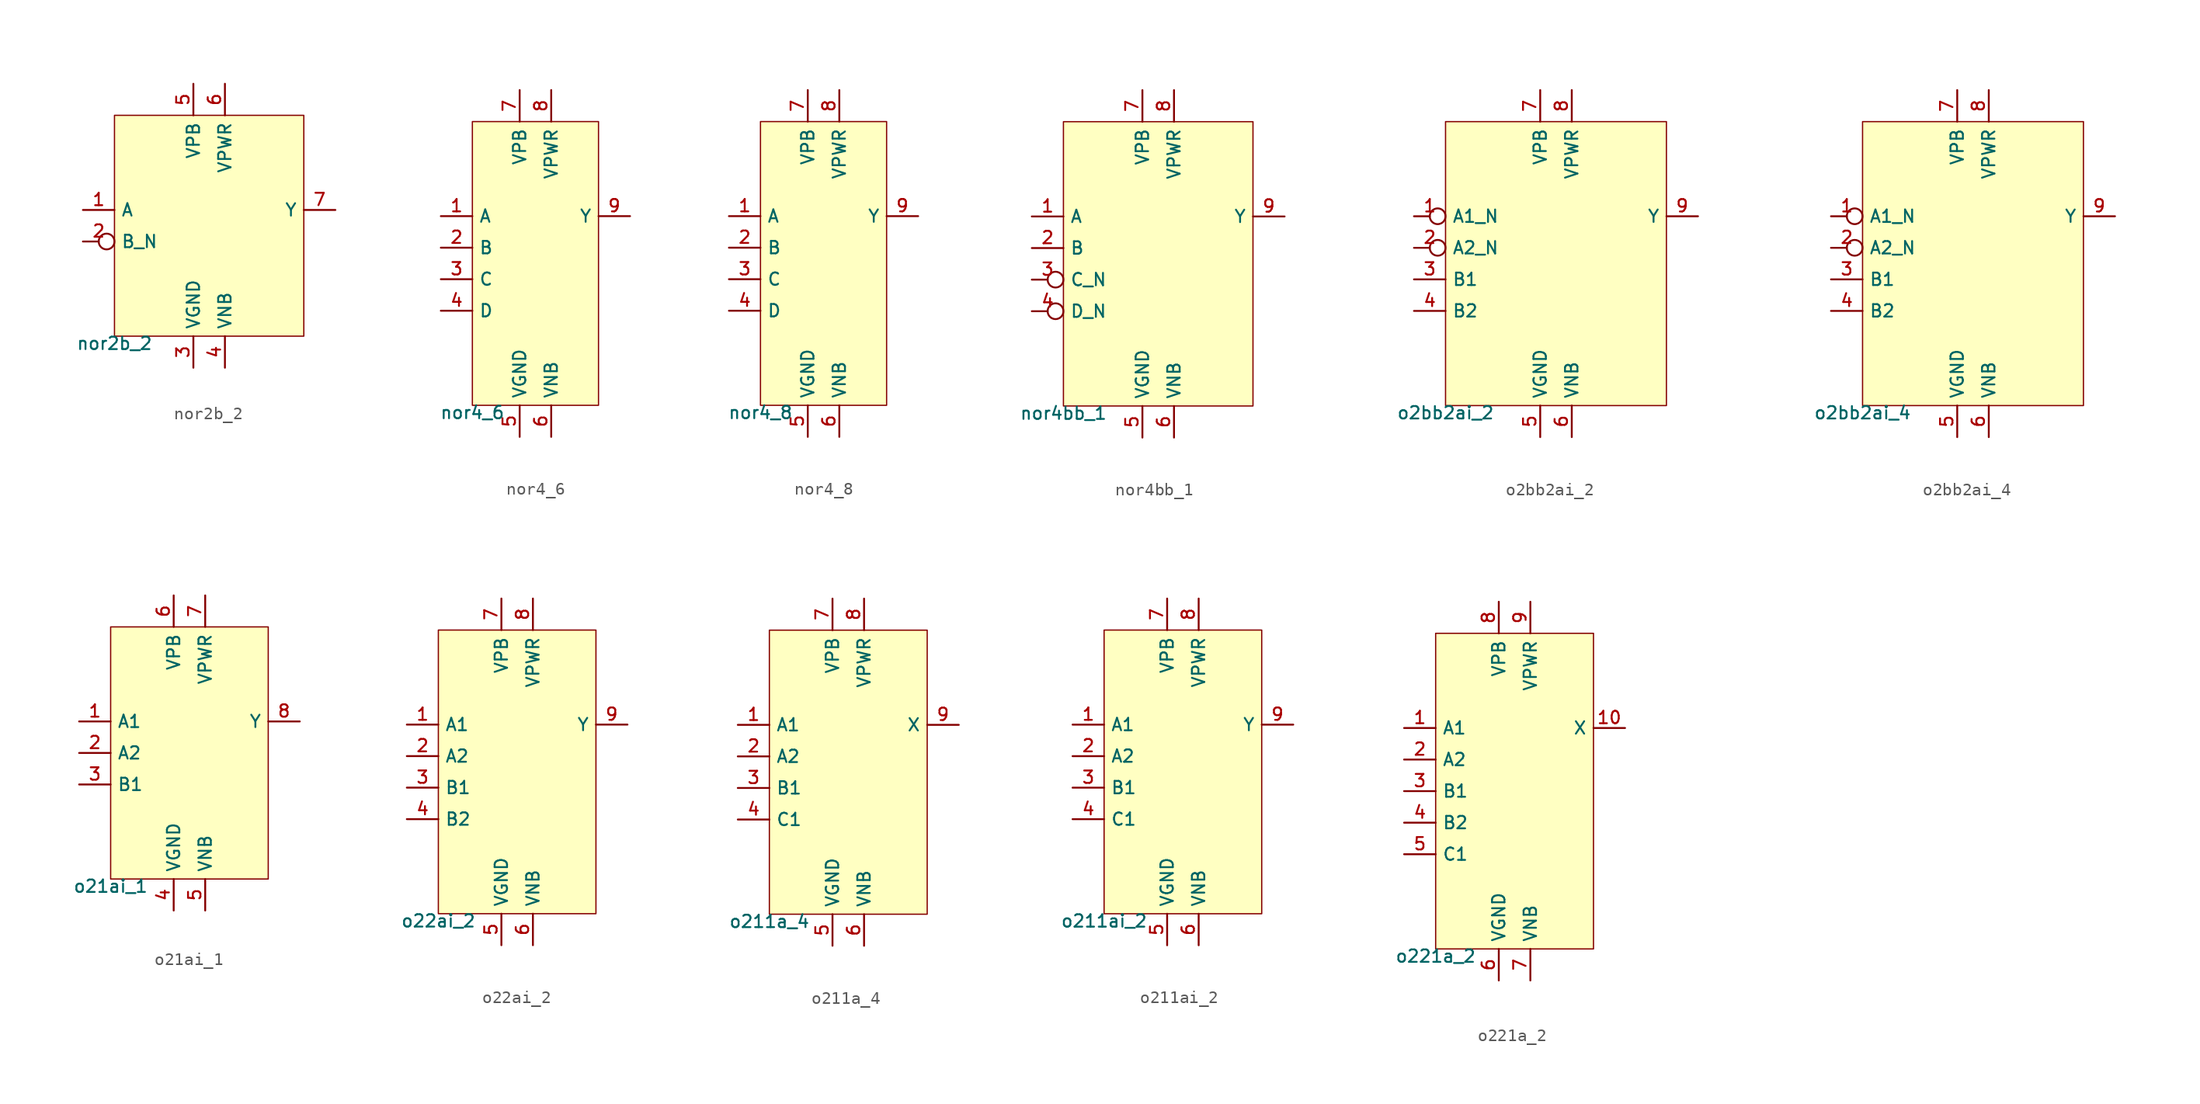
<source format=kicad_sym>
(kicad_symbol_lib
  (version 20211014)
  (generator pdk2kicad)
  (symbol "nor2b_2"
    (property "Reference" "X"
      (at 0 0 0)
      (effects (font (size 1 1)) hide))
    (property "Value" "nor2b_2"
      (at -7.62 -8.89 0)
      (effects (font (size 1 1)) (justify top)))
    (rectangle
      (start -7.62 -8.89)
      (end 7.62 8.89)
      (stroke (width 0.1) (type solid) (color 0 0 0 0))
      (fill (type background)))
    (pin input line
      (at -10.16 1.27 0)
      (length 2.54)
      (name "A" (effects (font (size 1 1)) hide))
      (number "1" (effects (font (size 1 1)) hide)))
    (pin input inverted
      (at -10.16 -1.27 0)
      (length 2.54)
      (name "B_N" (effects (font (size 1 1)) hide))
      (number "2" (effects (font (size 1 1)) hide)))
    (pin power_in line
      (at -1.27 -11.43 90)
      (length 2.54)
      (name "VGND" (effects (font (size 1 1)) hide))
      (number "3" (effects (font (size 1 1)) hide)))
    (pin power_in line
      (at 1.27 -11.43 90)
      (length 2.54)
      (name "VNB" (effects (font (size 1 1)) hide))
      (number "4" (effects (font (size 1 1)) hide)))
    (pin power_in line
      (at -1.27 11.43 270)
      (length 2.54)
      (name "VPB" (effects (font (size 1 1)) hide))
      (number "5" (effects (font (size 1 1)) hide)))
    (pin power_in line
      (at 1.27 11.43 270)
      (length 2.54)
      (name "VPWR" (effects (font (size 1 1)) hide))
      (number "6" (effects (font (size 1 1)) hide)))
    (pin output line
      (at 10.16 1.27 180)
      (length 2.54)
      (name "Y" (effects (font (size 1 1)) hide))
      (number "7" (effects (font (size 1 1)) hide))))
  (symbol "nor4_6"
    (property "Reference" "X"
      (at 0 0 0)
      (effects (font (size 1 1)) hide))
    (property "Value" "nor4_6"
      (at -5.08 -11.43 0)
      (effects (font (size 1 1)) (justify top)))
    (rectangle
      (start -5.08 -11.43)
      (end 5.08 11.43)
      (stroke (width 0.1) (type solid) (color 0 0 0 0))
      (fill (type background)))
    (pin input line
      (at -7.62 3.81 0)
      (length 2.54)
      (name "A" (effects (font (size 1 1)) hide))
      (number "1" (effects (font (size 1 1)) hide)))
    (pin input line
      (at -7.62 1.27 0)
      (length 2.54)
      (name "B" (effects (font (size 1 1)) hide))
      (number "2" (effects (font (size 1 1)) hide)))
    (pin input line
      (at -7.62 -1.27 0)
      (length 2.54)
      (name "C" (effects (font (size 1 1)) hide))
      (number "3" (effects (font (size 1 1)) hide)))
    (pin input line
      (at -7.62 -3.81 0)
      (length 2.54)
      (name "D" (effects (font (size 1 1)) hide))
      (number "4" (effects (font (size 1 1)) hide)))
    (pin power_in line
      (at -1.27 -13.97 90)
      (length 2.54)
      (name "VGND" (effects (font (size 1 1)) hide))
      (number "5" (effects (font (size 1 1)) hide)))
    (pin power_in line
      (at 1.27 -13.97 90)
      (length 2.54)
      (name "VNB" (effects (font (size 1 1)) hide))
      (number "6" (effects (font (size 1 1)) hide)))
    (pin power_in line
      (at -1.27 13.97 270)
      (length 2.54)
      (name "VPB" (effects (font (size 1 1)) hide))
      (number "7" (effects (font (size 1 1)) hide)))
    (pin power_in line
      (at 1.27 13.97 270)
      (length 2.54)
      (name "VPWR" (effects (font (size 1 1)) hide))
      (number "8" (effects (font (size 1 1)) hide)))
    (pin output line
      (at 7.62 3.81 180)
      (length 2.54)
      (name "Y" (effects (font (size 1 1)) hide))
      (number "9" (effects (font (size 1 1)) hide))))
  (symbol "nor4_8"
    (property "Reference" "X"
      (at 0 0 0)
      (effects (font (size 1 1)) hide))
    (property "Value" "nor4_8"
      (at -5.08 -11.43 0)
      (effects (font (size 1 1)) (justify top)))
    (rectangle
      (start -5.08 -11.43)
      (end 5.08 11.43)
      (stroke (width 0.1) (type solid) (color 0 0 0 0))
      (fill (type background)))
    (pin input line
      (at -7.62 3.81 0)
      (length 2.54)
      (name "A" (effects (font (size 1 1)) hide))
      (number "1" (effects (font (size 1 1)) hide)))
    (pin input line
      (at -7.62 1.27 0)
      (length 2.54)
      (name "B" (effects (font (size 1 1)) hide))
      (number "2" (effects (font (size 1 1)) hide)))
    (pin input line
      (at -7.62 -1.27 0)
      (length 2.54)
      (name "C" (effects (font (size 1 1)) hide))
      (number "3" (effects (font (size 1 1)) hide)))
    (pin input line
      (at -7.62 -3.81 0)
      (length 2.54)
      (name "D" (effects (font (size 1 1)) hide))
      (number "4" (effects (font (size 1 1)) hide)))
    (pin power_in line
      (at -1.27 -13.97 90)
      (length 2.54)
      (name "VGND" (effects (font (size 1 1)) hide))
      (number "5" (effects (font (size 1 1)) hide)))
    (pin power_in line
      (at 1.27 -13.97 90)
      (length 2.54)
      (name "VNB" (effects (font (size 1 1)) hide))
      (number "6" (effects (font (size 1 1)) hide)))
    (pin power_in line
      (at -1.27 13.97 270)
      (length 2.54)
      (name "VPB" (effects (font (size 1 1)) hide))
      (number "7" (effects (font (size 1 1)) hide)))
    (pin power_in line
      (at 1.27 13.97 270)
      (length 2.54)
      (name "VPWR" (effects (font (size 1 1)) hide))
      (number "8" (effects (font (size 1 1)) hide)))
    (pin output line
      (at 7.62 3.81 180)
      (length 2.54)
      (name "Y" (effects (font (size 1 1)) hide))
      (number "9" (effects (font (size 1 1)) hide))))
  (symbol "nor4bb_1"
    (property "Reference" "X"
      (at 0 0 0)
      (effects (font (size 1 1)) hide))
    (property "Value" "nor4bb_1"
      (at -7.62 -11.43 0)
      (effects (font (size 1 1)) (justify top)))
    (rectangle
      (start -7.62 -11.43)
      (end 7.62 11.43)
      (stroke (width 0.1) (type solid) (color 0 0 0 0))
      (fill (type background)))
    (pin input line
      (at -10.16 3.81 0)
      (length 2.54)
      (name "A" (effects (font (size 1 1)) hide))
      (number "1" (effects (font (size 1 1)) hide)))
    (pin input line
      (at -10.16 1.27 0)
      (length 2.54)
      (name "B" (effects (font (size 1 1)) hide))
      (number "2" (effects (font (size 1 1)) hide)))
    (pin input inverted
      (at -10.16 -1.27 0)
      (length 2.54)
      (name "C_N" (effects (font (size 1 1)) hide))
      (number "3" (effects (font (size 1 1)) hide)))
    (pin input inverted
      (at -10.16 -3.81 0)
      (length 2.54)
      (name "D_N" (effects (font (size 1 1)) hide))
      (number "4" (effects (font (size 1 1)) hide)))
    (pin power_in line
      (at -1.27 -13.97 90)
      (length 2.54)
      (name "VGND" (effects (font (size 1 1)) hide))
      (number "5" (effects (font (size 1 1)) hide)))
    (pin power_in line
      (at 1.27 -13.97 90)
      (length 2.54)
      (name "VNB" (effects (font (size 1 1)) hide))
      (number "6" (effects (font (size 1 1)) hide)))
    (pin power_in line
      (at -1.27 13.97 270)
      (length 2.54)
      (name "VPB" (effects (font (size 1 1)) hide))
      (number "7" (effects (font (size 1 1)) hide)))
    (pin power_in line
      (at 1.27 13.97 270)
      (length 2.54)
      (name "VPWR" (effects (font (size 1 1)) hide))
      (number "8" (effects (font (size 1 1)) hide)))
    (pin output line
      (at 10.16 3.81 180)
      (length 2.54)
      (name "Y" (effects (font (size 1 1)) hide))
      (number "9" (effects (font (size 1 1)) hide))))
  (symbol "o2bb2ai_2"
    (property "Reference" "X"
      (at 0 0 0)
      (effects (font (size 1 1)) hide))
    (property "Value" "o2bb2ai_2"
      (at -8.89 -11.43 0)
      (effects (font (size 1 1)) (justify top)))
    (rectangle
      (start -8.89 -11.43)
      (end 8.89 11.43)
      (stroke (width 0.1) (type solid) (color 0 0 0 0))
      (fill (type background)))
    (pin input inverted
      (at -11.43 3.81 0)
      (length 2.54)
      (name "A1_N" (effects (font (size 1 1)) hide))
      (number "1" (effects (font (size 1 1)) hide)))
    (pin input inverted
      (at -11.43 1.27 0)
      (length 2.54)
      (name "A2_N" (effects (font (size 1 1)) hide))
      (number "2" (effects (font (size 1 1)) hide)))
    (pin input line
      (at -11.43 -1.27 0)
      (length 2.54)
      (name "B1" (effects (font (size 1 1)) hide))
      (number "3" (effects (font (size 1 1)) hide)))
    (pin input line
      (at -11.43 -3.81 0)
      (length 2.54)
      (name "B2" (effects (font (size 1 1)) hide))
      (number "4" (effects (font (size 1 1)) hide)))
    (pin power_in line
      (at -1.27 -13.97 90)
      (length 2.54)
      (name "VGND" (effects (font (size 1 1)) hide))
      (number "5" (effects (font (size 1 1)) hide)))
    (pin power_in line
      (at 1.27 -13.97 90)
      (length 2.54)
      (name "VNB" (effects (font (size 1 1)) hide))
      (number "6" (effects (font (size 1 1)) hide)))
    (pin power_in line
      (at -1.27 13.97 270)
      (length 2.54)
      (name "VPB" (effects (font (size 1 1)) hide))
      (number "7" (effects (font (size 1 1)) hide)))
    (pin power_in line
      (at 1.27 13.97 270)
      (length 2.54)
      (name "VPWR" (effects (font (size 1 1)) hide))
      (number "8" (effects (font (size 1 1)) hide)))
    (pin output line
      (at 11.43 3.81 180)
      (length 2.54)
      (name "Y" (effects (font (size 1 1)) hide))
      (number "9" (effects (font (size 1 1)) hide))))
  (symbol "o2bb2ai_4"
    (property "Reference" "X"
      (at 0 0 0)
      (effects (font (size 1 1)) hide))
    (property "Value" "o2bb2ai_4"
      (at -8.89 -11.43 0)
      (effects (font (size 1 1)) (justify top)))
    (rectangle
      (start -8.89 -11.43)
      (end 8.89 11.43)
      (stroke (width 0.1) (type solid) (color 0 0 0 0))
      (fill (type background)))
    (pin input inverted
      (at -11.43 3.81 0)
      (length 2.54)
      (name "A1_N" (effects (font (size 1 1)) hide))
      (number "1" (effects (font (size 1 1)) hide)))
    (pin input inverted
      (at -11.43 1.27 0)
      (length 2.54)
      (name "A2_N" (effects (font (size 1 1)) hide))
      (number "2" (effects (font (size 1 1)) hide)))
    (pin input line
      (at -11.43 -1.27 0)
      (length 2.54)
      (name "B1" (effects (font (size 1 1)) hide))
      (number "3" (effects (font (size 1 1)) hide)))
    (pin input line
      (at -11.43 -3.81 0)
      (length 2.54)
      (name "B2" (effects (font (size 1 1)) hide))
      (number "4" (effects (font (size 1 1)) hide)))
    (pin power_in line
      (at -1.27 -13.97 90)
      (length 2.54)
      (name "VGND" (effects (font (size 1 1)) hide))
      (number "5" (effects (font (size 1 1)) hide)))
    (pin power_in line
      (at 1.27 -13.97 90)
      (length 2.54)
      (name "VNB" (effects (font (size 1 1)) hide))
      (number "6" (effects (font (size 1 1)) hide)))
    (pin power_in line
      (at -1.27 13.97 270)
      (length 2.54)
      (name "VPB" (effects (font (size 1 1)) hide))
      (number "7" (effects (font (size 1 1)) hide)))
    (pin power_in line
      (at 1.27 13.97 270)
      (length 2.54)
      (name "VPWR" (effects (font (size 1 1)) hide))
      (number "8" (effects (font (size 1 1)) hide)))
    (pin output line
      (at 11.43 3.81 180)
      (length 2.54)
      (name "Y" (effects (font (size 1 1)) hide))
      (number "9" (effects (font (size 1 1)) hide))))
  (symbol "o21ai_1"
    (property "Reference" "X"
      (at 0 0 0)
      (effects (font (size 1 1)) hide))
    (property "Value" "o21ai_1"
      (at -6.35 -10.16 0)
      (effects (font (size 1 1)) (justify top)))
    (rectangle
      (start -6.35 -10.16)
      (end 6.35 10.16)
      (stroke (width 0.1) (type solid) (color 0 0 0 0))
      (fill (type background)))
    (pin input line
      (at -8.89 2.54 0)
      (length 2.54)
      (name "A1" (effects (font (size 1 1)) hide))
      (number "1" (effects (font (size 1 1)) hide)))
    (pin input line
      (at -8.89 0.0 0)
      (length 2.54)
      (name "A2" (effects (font (size 1 1)) hide))
      (number "2" (effects (font (size 1 1)) hide)))
    (pin input line
      (at -8.89 -2.54 0)
      (length 2.54)
      (name "B1" (effects (font (size 1 1)) hide))
      (number "3" (effects (font (size 1 1)) hide)))
    (pin power_in line
      (at -1.27 -12.7 90)
      (length 2.54)
      (name "VGND" (effects (font (size 1 1)) hide))
      (number "4" (effects (font (size 1 1)) hide)))
    (pin power_in line
      (at 1.27 -12.7 90)
      (length 2.54)
      (name "VNB" (effects (font (size 1 1)) hide))
      (number "5" (effects (font (size 1 1)) hide)))
    (pin power_in line
      (at -1.27 12.7 270)
      (length 2.54)
      (name "VPB" (effects (font (size 1 1)) hide))
      (number "6" (effects (font (size 1 1)) hide)))
    (pin power_in line
      (at 1.27 12.7 270)
      (length 2.54)
      (name "VPWR" (effects (font (size 1 1)) hide))
      (number "7" (effects (font (size 1 1)) hide)))
    (pin output line
      (at 8.89 2.54 180)
      (length 2.54)
      (name "Y" (effects (font (size 1 1)) hide))
      (number "8" (effects (font (size 1 1)) hide))))
  (symbol "o22ai_2"
    (property "Reference" "X"
      (at 0 0 0)
      (effects (font (size 1 1)) hide))
    (property "Value" "o22ai_2"
      (at -6.35 -11.43 0)
      (effects (font (size 1 1)) (justify top)))
    (rectangle
      (start -6.35 -11.43)
      (end 6.35 11.43)
      (stroke (width 0.1) (type solid) (color 0 0 0 0))
      (fill (type background)))
    (pin input line
      (at -8.89 3.81 0)
      (length 2.54)
      (name "A1" (effects (font (size 1 1)) hide))
      (number "1" (effects (font (size 1 1)) hide)))
    (pin input line
      (at -8.89 1.27 0)
      (length 2.54)
      (name "A2" (effects (font (size 1 1)) hide))
      (number "2" (effects (font (size 1 1)) hide)))
    (pin input line
      (at -8.89 -1.27 0)
      (length 2.54)
      (name "B1" (effects (font (size 1 1)) hide))
      (number "3" (effects (font (size 1 1)) hide)))
    (pin input line
      (at -8.89 -3.81 0)
      (length 2.54)
      (name "B2" (effects (font (size 1 1)) hide))
      (number "4" (effects (font (size 1 1)) hide)))
    (pin power_in line
      (at -1.27 -13.97 90)
      (length 2.54)
      (name "VGND" (effects (font (size 1 1)) hide))
      (number "5" (effects (font (size 1 1)) hide)))
    (pin power_in line
      (at 1.27 -13.97 90)
      (length 2.54)
      (name "VNB" (effects (font (size 1 1)) hide))
      (number "6" (effects (font (size 1 1)) hide)))
    (pin power_in line
      (at -1.27 13.97 270)
      (length 2.54)
      (name "VPB" (effects (font (size 1 1)) hide))
      (number "7" (effects (font (size 1 1)) hide)))
    (pin power_in line
      (at 1.27 13.97 270)
      (length 2.54)
      (name "VPWR" (effects (font (size 1 1)) hide))
      (number "8" (effects (font (size 1 1)) hide)))
    (pin output line
      (at 8.89 3.81 180)
      (length 2.54)
      (name "Y" (effects (font (size 1 1)) hide))
      (number "9" (effects (font (size 1 1)) hide))))
  (symbol "o211a_4"
    (property "Reference" "X"
      (at 0 0 0)
      (effects (font (size 1 1)) hide))
    (property "Value" "o211a_4"
      (at -6.35 -11.43 0)
      (effects (font (size 1 1)) (justify top)))
    (rectangle
      (start -6.35 -11.43)
      (end 6.35 11.43)
      (stroke (width 0.1) (type solid) (color 0 0 0 0))
      (fill (type background)))
    (pin input line
      (at -8.89 3.81 0)
      (length 2.54)
      (name "A1" (effects (font (size 1 1)) hide))
      (number "1" (effects (font (size 1 1)) hide)))
    (pin input line
      (at -8.89 1.27 0)
      (length 2.54)
      (name "A2" (effects (font (size 1 1)) hide))
      (number "2" (effects (font (size 1 1)) hide)))
    (pin input line
      (at -8.89 -1.27 0)
      (length 2.54)
      (name "B1" (effects (font (size 1 1)) hide))
      (number "3" (effects (font (size 1 1)) hide)))
    (pin input line
      (at -8.89 -3.81 0)
      (length 2.54)
      (name "C1" (effects (font (size 1 1)) hide))
      (number "4" (effects (font (size 1 1)) hide)))
    (pin power_in line
      (at -1.27 -13.97 90)
      (length 2.54)
      (name "VGND" (effects (font (size 1 1)) hide))
      (number "5" (effects (font (size 1 1)) hide)))
    (pin power_in line
      (at 1.27 -13.97 90)
      (length 2.54)
      (name "VNB" (effects (font (size 1 1)) hide))
      (number "6" (effects (font (size 1 1)) hide)))
    (pin power_in line
      (at -1.27 13.97 270)
      (length 2.54)
      (name "VPB" (effects (font (size 1 1)) hide))
      (number "7" (effects (font (size 1 1)) hide)))
    (pin power_in line
      (at 1.27 13.97 270)
      (length 2.54)
      (name "VPWR" (effects (font (size 1 1)) hide))
      (number "8" (effects (font (size 1 1)) hide)))
    (pin output line
      (at 8.89 3.81 180)
      (length 2.54)
      (name "X" (effects (font (size 1 1)) hide))
      (number "9" (effects (font (size 1 1)) hide))))
  (symbol "o211ai_2"
    (property "Reference" "X"
      (at 0 0 0)
      (effects (font (size 1 1)) hide))
    (property "Value" "o211ai_2"
      (at -6.35 -11.43 0)
      (effects (font (size 1 1)) (justify top)))
    (rectangle
      (start -6.35 -11.43)
      (end 6.35 11.43)
      (stroke (width 0.1) (type solid) (color 0 0 0 0))
      (fill (type background)))
    (pin input line
      (at -8.89 3.81 0)
      (length 2.54)
      (name "A1" (effects (font (size 1 1)) hide))
      (number "1" (effects (font (size 1 1)) hide)))
    (pin input line
      (at -8.89 1.27 0)
      (length 2.54)
      (name "A2" (effects (font (size 1 1)) hide))
      (number "2" (effects (font (size 1 1)) hide)))
    (pin input line
      (at -8.89 -1.27 0)
      (length 2.54)
      (name "B1" (effects (font (size 1 1)) hide))
      (number "3" (effects (font (size 1 1)) hide)))
    (pin input line
      (at -8.89 -3.81 0)
      (length 2.54)
      (name "C1" (effects (font (size 1 1)) hide))
      (number "4" (effects (font (size 1 1)) hide)))
    (pin power_in line
      (at -1.27 -13.97 90)
      (length 2.54)
      (name "VGND" (effects (font (size 1 1)) hide))
      (number "5" (effects (font (size 1 1)) hide)))
    (pin power_in line
      (at 1.27 -13.97 90)
      (length 2.54)
      (name "VNB" (effects (font (size 1 1)) hide))
      (number "6" (effects (font (size 1 1)) hide)))
    (pin power_in line
      (at -1.27 13.97 270)
      (length 2.54)
      (name "VPB" (effects (font (size 1 1)) hide))
      (number "7" (effects (font (size 1 1)) hide)))
    (pin power_in line
      (at 1.27 13.97 270)
      (length 2.54)
      (name "VPWR" (effects (font (size 1 1)) hide))
      (number "8" (effects (font (size 1 1)) hide)))
    (pin output line
      (at 8.89 3.81 180)
      (length 2.54)
      (name "Y" (effects (font (size 1 1)) hide))
      (number "9" (effects (font (size 1 1)) hide))))
  (symbol "o221a_2"
    (property "Reference" "X"
      (at 0 0 0)
      (effects (font (size 1 1)) hide))
    (property "Value" "o221a_2"
      (at -6.35 -12.7 0)
      (effects (font (size 1 1)) (justify top)))
    (rectangle
      (start -6.35 -12.7)
      (end 6.35 12.7)
      (stroke (width 0.1) (type solid) (color 0 0 0 0))
      (fill (type background)))
    (pin input line
      (at -8.89 5.08 0)
      (length 2.54)
      (name "A1" (effects (font (size 1 1)) hide))
      (number "1" (effects (font (size 1 1)) hide)))
    (pin input line
      (at -8.89 2.54 0)
      (length 2.54)
      (name "A2" (effects (font (size 1 1)) hide))
      (number "2" (effects (font (size 1 1)) hide)))
    (pin input line
      (at -8.89 -8.881784197001252e-16 0)
      (length 2.54)
      (name "B1" (effects (font (size 1 1)) hide))
      (number "3" (effects (font (size 1 1)) hide)))
    (pin input line
      (at -8.89 -2.54 0)
      (length 2.54)
      (name "B2" (effects (font (size 1 1)) hide))
      (number "4" (effects (font (size 1 1)) hide)))
    (pin input line
      (at -8.89 -5.08 0)
      (length 2.54)
      (name "C1" (effects (font (size 1 1)) hide))
      (number "5" (effects (font (size 1 1)) hide)))
    (pin power_in line
      (at -1.27 -15.24 90)
      (length 2.54)
      (name "VGND" (effects (font (size 1 1)) hide))
      (number "6" (effects (font (size 1 1)) hide)))
    (pin power_in line
      (at 1.27 -15.24 90)
      (length 2.54)
      (name "VNB" (effects (font (size 1 1)) hide))
      (number "7" (effects (font (size 1 1)) hide)))
    (pin power_in line
      (at -1.27 15.24 270)
      (length 2.54)
      (name "VPB" (effects (font (size 1 1)) hide))
      (number "8" (effects (font (size 1 1)) hide)))
    (pin power_in line
      (at 1.27 15.24 270)
      (length 2.54)
      (name "VPWR" (effects (font (size 1 1)) hide))
      (number "9" (effects (font (size 1 1)) hide)))
    (pin output line
      (at 8.89 5.08 180)
      (length 2.54)
      (name "X" (effects (font (size 1 1)) hide))
      (number "10" (effects (font (size 1 1)) hide)))))
</source>
